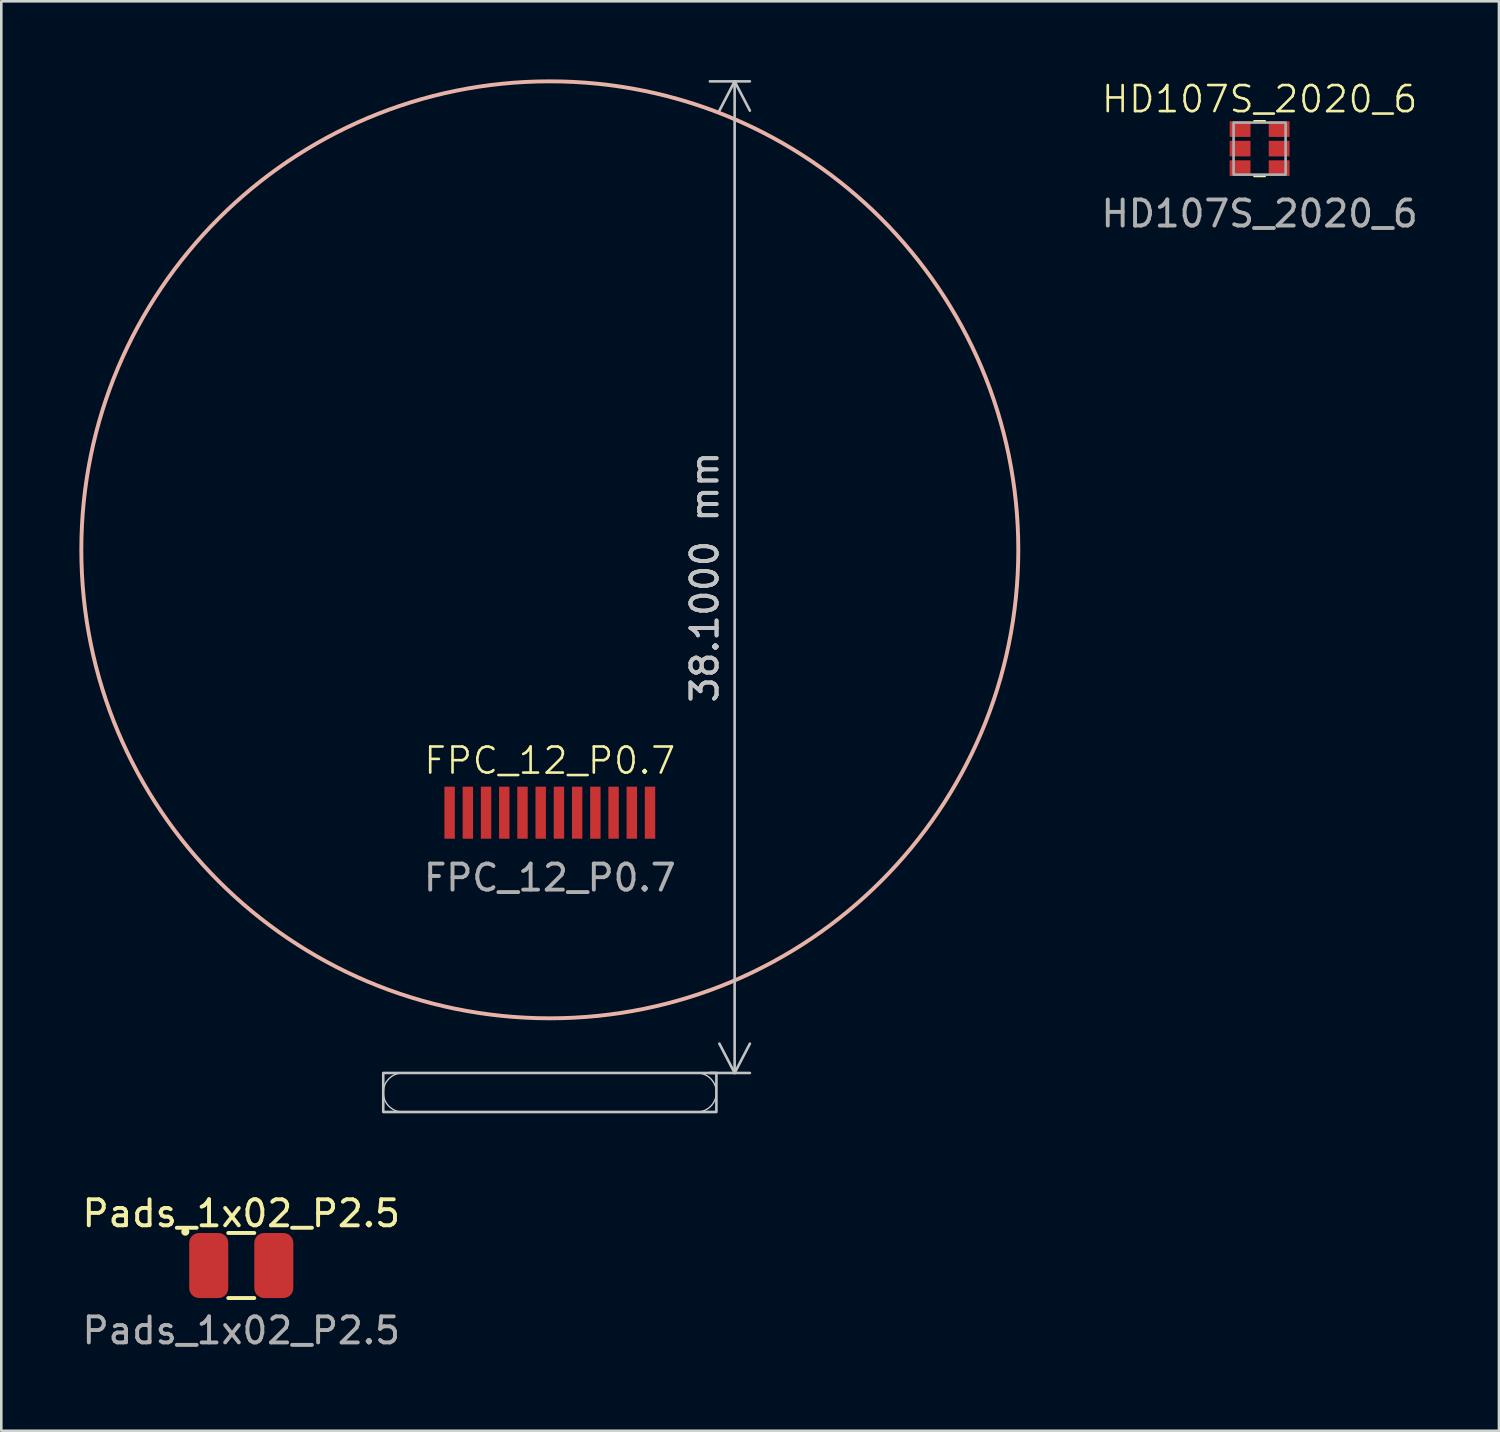
<source format=kicad_pcb>
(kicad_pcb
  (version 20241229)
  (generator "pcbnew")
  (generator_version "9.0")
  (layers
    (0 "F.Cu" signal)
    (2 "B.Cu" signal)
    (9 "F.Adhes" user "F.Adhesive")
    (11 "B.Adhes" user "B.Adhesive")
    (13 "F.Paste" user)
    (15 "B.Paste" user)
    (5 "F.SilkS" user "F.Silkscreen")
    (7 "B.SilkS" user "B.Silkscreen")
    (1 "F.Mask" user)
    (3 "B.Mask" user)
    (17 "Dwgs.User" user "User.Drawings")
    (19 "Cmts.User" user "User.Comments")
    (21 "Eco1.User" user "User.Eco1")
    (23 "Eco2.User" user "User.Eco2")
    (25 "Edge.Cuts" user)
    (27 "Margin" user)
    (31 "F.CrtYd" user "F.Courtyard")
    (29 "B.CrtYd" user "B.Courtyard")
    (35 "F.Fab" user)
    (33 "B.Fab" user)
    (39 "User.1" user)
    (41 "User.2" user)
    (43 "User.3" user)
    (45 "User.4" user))
  (footprint "Pads_1x02_P2.5"
    (layer "F.Cu")
    (at 6.22 45.573)
    (property "Reference" "Pads_1x02_P2.5" (at 0 -2 0) (unlocked yes) (layer "F.SilkS") (effects (font (size 1 1) (thickness 0.15))))
    (attr smd)
    (fp_line (start -0.5 -1.25) (end 0.5 -1.25) (stroke (width 0.15) (type default)) (layer "F.SilkS"))
    (fp_line (start -0.5 1.25) (end 0.5 1.25) (stroke (width 0.15) (type default)) (layer "F.SilkS"))
    (fp_circle (center -2.15 -1.3) (end -2 -1.3) (stroke (width 0.01) (type solid)) (fill yes) (layer "F.SilkS"))
    (fp_text user "${REFERENCE}" (at 0 2.5 0) (unlocked yes) (layer "F.Fab") (effects (font (size 1 1) (thickness 0.15))))
    (pad "1" smd roundrect (at -1.25 0) (size 1.5 2.5) (layers "F.Cu" "F.Mask" "F.Paste") (roundrect_rratio 0.25))
    (pad "2" smd roundrect (at 1.25 0) (size 1.5 2.5) (layers "F.Cu" "F.Mask" "F.Paste") (roundrect_rratio 0.25)))
  (footprint "HD107S_2020_6"
    (layer "F.Cu")
    (at 45.346 2.66)
    (property "Reference" "HD107S_2020_6" (at 0 -1.9 0) (unlocked yes) (layer "F.SilkS") (effects (font (size 1 1) (thickness 0.1))))
    (attr smd)
    (fp_line (start -0.2 -1.05) (end 0.2 -1.05) (stroke (width 0.1) (type default)) (layer "F.SilkS"))
    (fp_line (start -0.2 1.05) (end 0.2 1.05) (stroke (width 0.1) (type default)) (layer "F.SilkS"))
    (fp_rect (start -1 -1) (end 1 1) (stroke (width 0.1) (type default)) (fill no) (layer "F.Fab"))
    (fp_text user "${REFERENCE}" (at 0 2.5 0) (unlocked yes) (layer "F.Fab") (effects (font (size 1 1) (thickness 0.15))))
    (pad "1" smd rect (at -0.75 -0.75) (size 0.8 0.6) (layers "F.Cu" "F.Mask" "F.Paste"))
    (pad "2" smd rect (at -0.75 0) (size 0.8 0.6) (layers "F.Cu" "F.Mask" "F.Paste"))
    (pad "3" smd rect (at -0.75 0.75) (size 0.8 0.6) (layers "F.Cu" "F.Mask" "F.Paste"))
    (pad "4" smd rect (at 0.75 -0.75) (size 0.8 0.6) (layers "F.Cu" "F.Mask" "F.Paste"))
    (pad "5" smd rect (at 0.75 0) (size 0.8 0.6) (layers "F.Cu" "F.Mask" "F.Paste"))
    (pad "6" smd rect (at 0.75 0.75) (size 0.8 0.6) (layers "F.Cu" "F.Mask" "F.Paste")))
  (footprint "FPC_12_P0.7"
    (layer "F.Cu")
    (at 18.075 18.075)
    (property "Reference" "FPC_12_P0.7" (at 0 8.1 0) (unlocked yes) (layer "F.SilkS") (effects (font (size 1 1) (thickness 0.1))))
    (attr smd)
    (fp_circle (center 0 0) (end 18 0) (stroke (width 0.15) (type default)) (fill no) (layer "B.SilkS"))
    (fp_rect (start -6.4 20.1) (end 6.4 21.6) (stroke (width 0.1) (type default)) (fill no) (layer "Dwgs.User"))
    (fp_line (start -5.65 20.1) (end 5.65 20.1) (stroke (width 0.05) (type default)) (layer "Edge.Cuts"))
    (fp_line (start -5.65 21.6) (end 5.65 21.6) (stroke (width 0.05) (type default)) (layer "Edge.Cuts"))
    (fp_arc (start -5.65 21.6) (mid -6.4 20.85) (end -5.65 20.1) (stroke (width 0.05) (type default)) (layer "Edge.Cuts"))
    (fp_arc (start 5.65 20.1) (mid 6.4 20.85) (end 5.65 21.6) (stroke (width 0.05) (type default)) (layer "Edge.Cuts"))
    (fp_text user "${REFERENCE}" (at 0 12.6 0) (unlocked yes) (layer "F.Fab") (effects (font (size 1 1) (thickness 0.15))))
    (dimension (type aligned) (layer "Dwgs.User") (pts (xy 23.725 38.175) (xy 23.725 0.075)) (height 1.451) (format (prefix "") (suffix "") (units 3) (units_format 1) (precision 4)) (style (thickness 0.1) (arrow_length 1.27) (text_position_mode 0) (arrow_direction outward) (extension_height 0.586) (extension_offset 0.5) (keep_text_aligned yes)) (gr_text "38.1000 mm" (at 24.026 19.125 90) (layer "Dwgs.User") (effects (font (size 1 1) (thickness 0.15)))))
    (pad "1" smd rect (at -3.85 10.1) (size 0.4 2) (layers "F.Cu" "F.Mask" "F.Paste"))
    (pad "2" smd rect (at -3.15 10.1) (size 0.4 2) (layers "F.Cu" "F.Mask" "F.Paste"))
    (pad "3" smd rect (at -2.45 10.1) (size 0.4 2) (layers "F.Cu" "F.Mask" "F.Paste"))
    (pad "4" smd rect (at -1.75 10.1) (size 0.4 2) (layers "F.Cu" "F.Mask" "F.Paste"))
    (pad "5" smd rect (at -1.05 10.1) (size 0.4 2) (layers "F.Cu" "F.Mask" "F.Paste"))
    (pad "6" smd rect (at -0.35 10.1) (size 0.4 2) (layers "F.Cu" "F.Mask" "F.Paste"))
    (pad "7" smd rect (at 0.35 10.1) (size 0.4 2) (layers "F.Cu" "F.Mask" "F.Paste"))
    (pad "8" smd rect (at 1.05 10.1) (size 0.4 2) (layers "F.Cu" "F.Mask" "F.Paste"))
    (pad "9" smd rect (at 1.75 10.1) (size 0.4 2) (layers "F.Cu" "F.Mask" "F.Paste"))
    (pad "10" smd rect (at 2.45 10.1) (size 0.4 2) (layers "F.Cu" "F.Mask" "F.Paste"))
    (pad "11" smd rect (at 3.15 10.1) (size 0.4 2) (layers "F.Cu" "F.Mask" "F.Paste"))
    (pad "12" smd rect (at 3.85 10.1) (size 0.4 2) (layers "F.Cu" "F.Mask" "F.Paste")))
  (gr_rect
    (start -3 -3)
    (end 54.543 51.922)
    (stroke (width 0.1) (type default))
    (fill no)
    (layer "Edge.Cuts")))
</source>
